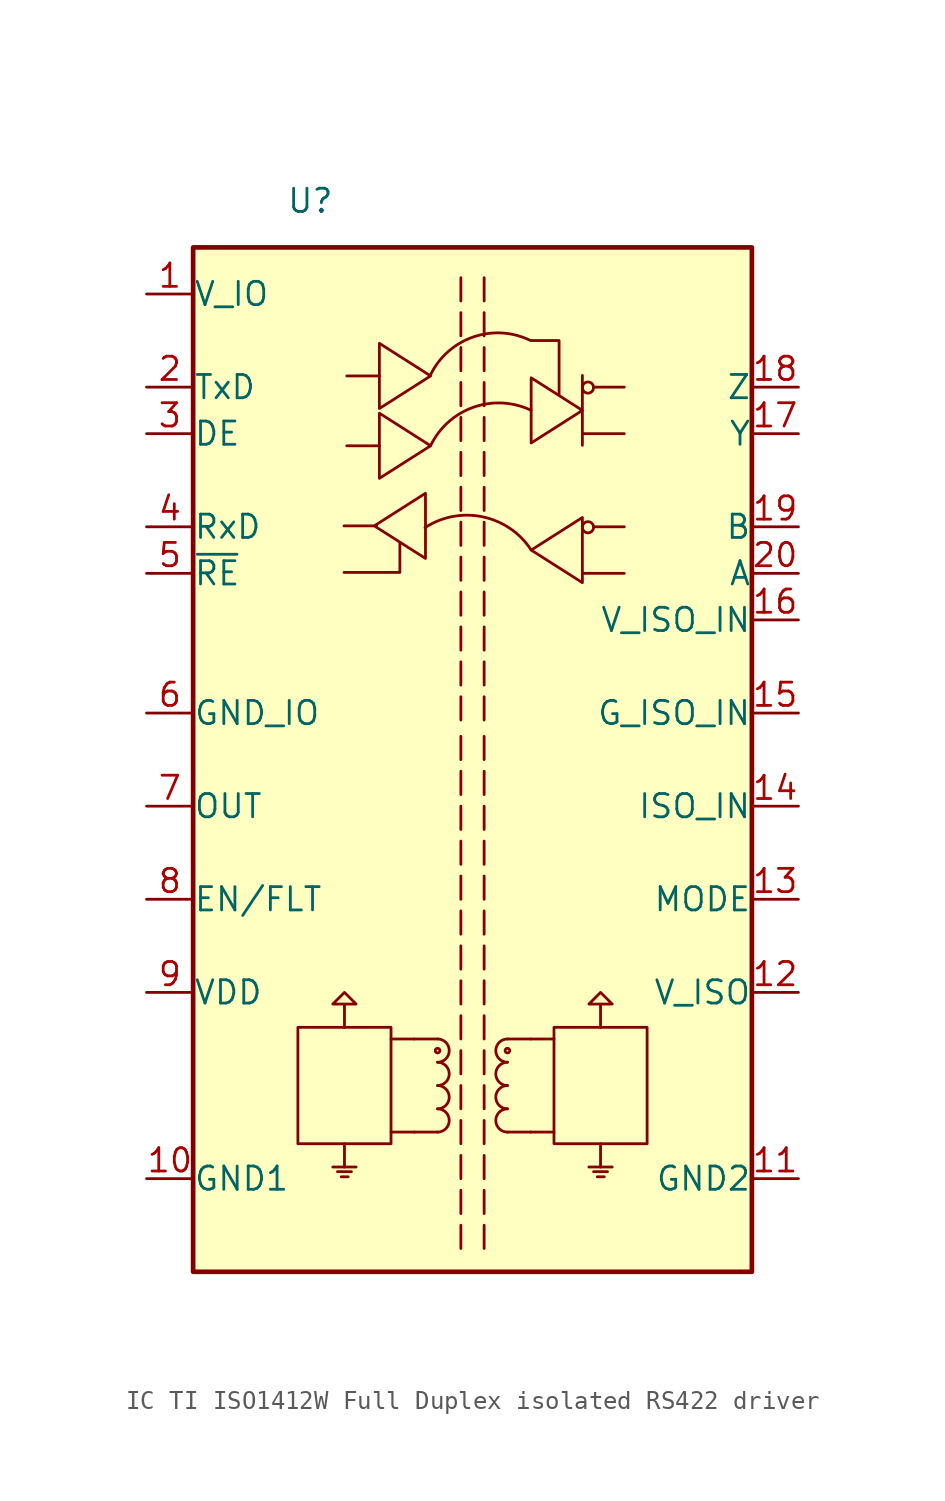
<source format=kicad_sym>
(kicad_symbol_lib
  (version 20241209)
  (generator "kicad_symbol_editor")
  (generator_version "9.0")
  (symbol "IC TI ISO1412W Full Duplex isolated RS422 driver"
    (pin_names
      (offset 0.002))
    (property "Reference" "U"
      (at -10.16 33.02 0)
      (effects (font (size 1.27 1.27)) (justify left)))
    (symbol "IC TI ISO1412W Full Duplex isolated RS422 driver_0_0"
      (polyline (pts (xy -0.635 28.829) (xy -0.635 27.559)) (stroke (width 0) (type default)) (fill (type none)))
      (polyline (pts (xy -0.635 26.924) (xy -0.635 25.654)) (stroke (width 0) (type default)) (fill (type none)))
      (polyline (pts (xy -0.635 25.019) (xy -0.635 23.749)) (stroke (width 0) (type default)) (fill (type none)))
      (polyline (pts (xy -0.635 23.114) (xy -0.635 21.844)) (stroke (width 0) (type default)) (fill (type none)))
      (polyline (pts (xy -0.635 21.209) (xy -0.635 19.939)) (stroke (width 0) (type default)) (fill (type none)))
      (polyline (pts (xy -0.635 19.304) (xy -0.635 18.034)) (stroke (width 0) (type default)) (fill (type none)))
      (polyline (pts (xy -0.635 17.399) (xy -0.635 16.129)) (stroke (width 0) (type default)) (fill (type none)))
      (polyline (pts (xy -0.635 15.494) (xy -0.635 14.224)) (stroke (width 0) (type default)) (fill (type none)))
      (polyline (pts (xy -0.635 13.589) (xy -0.635 12.319)) (stroke (width 0) (type default)) (fill (type none)))
      (polyline (pts (xy -0.635 11.684) (xy -0.635 10.414)) (stroke (width 0) (type default)) (fill (type none)))
      (polyline (pts (xy -0.635 9.779) (xy -0.635 8.509)) (stroke (width 0) (type default)) (fill (type none)))
      (polyline (pts (xy -0.635 7.874) (xy -0.635 6.604)) (stroke (width 0) (type default)) (fill (type none)))
      (polyline (pts (xy -0.635 5.969) (xy -0.635 4.699)) (stroke (width 0) (type default)) (fill (type none)))
      (polyline (pts (xy -0.635 3.81) (xy -0.635 2.54)) (stroke (width 0) (type default)) (fill (type none)))
      (polyline (pts (xy -0.635 1.905) (xy -0.635 0.635)) (stroke (width 0) (type default)) (fill (type none)))
      (polyline (pts (xy -0.635 0) (xy -0.635 -1.27)) (stroke (width 0) (type default)) (fill (type none)))
      (polyline (pts (xy -0.635 -1.905) (xy -0.635 -3.175)) (stroke (width 0) (type default)) (fill (type none)))
      (polyline (pts (xy -0.635 -3.81) (xy -0.635 -5.08)) (stroke (width 0) (type default)) (fill (type none)))
      (polyline (pts (xy -0.635 -5.715) (xy -0.635 -6.985)) (stroke (width 0) (type default)) (fill (type none)))
      (polyline (pts (xy -0.635 -7.62) (xy -0.635 -8.89)) (stroke (width 0) (type default)) (fill (type none)))
      (polyline (pts (xy -0.635 -9.525) (xy -0.635 -10.795)) (stroke (width 0) (type default)) (fill (type none)))
      (polyline (pts (xy -0.635 -11.43) (xy -0.635 -12.7)) (stroke (width 0) (type default)) (fill (type none)))
      (polyline (pts (xy -0.635 -13.335) (xy -0.635 -14.605)) (stroke (width 0) (type default)) (fill (type none)))
      (polyline (pts (xy -0.635 -15.24) (xy -0.635 -16.51)) (stroke (width 0) (type default)) (fill (type none)))
      (polyline (pts (xy -0.635 -17.145) (xy -0.635 -18.415)) (stroke (width 0) (type default)) (fill (type none)))
      (polyline (pts (xy -0.635 -19.05) (xy -0.635 -20.32)) (stroke (width 0) (type default)) (fill (type none)))
      (polyline (pts (xy -0.635 -20.955) (xy -0.635 -22.225)) (stroke (width 0) (type default)) (fill (type none)))
      (polyline (pts (xy -0.635 -22.86) (xy -0.635 -24.13)) (stroke (width 0) (type default)) (fill (type none)))
      (polyline (pts (xy 0.635 28.829) (xy 0.635 27.559)) (stroke (width 0) (type default)) (fill (type none)))
      (polyline (pts (xy 0.635 26.924) (xy 0.635 25.654)) (stroke (width 0) (type default)) (fill (type none)))
      (polyline (pts (xy 0.635 25.019) (xy 0.635 23.749)) (stroke (width 0) (type default)) (fill (type none)))
      (polyline (pts (xy 0.635 23.114) (xy 0.635 21.844)) (stroke (width 0) (type default)) (fill (type none)))
      (polyline (pts (xy 0.635 21.209) (xy 0.635 19.939)) (stroke (width 0) (type default)) (fill (type none)))
      (polyline (pts (xy 0.635 19.304) (xy 0.635 18.034)) (stroke (width 0) (type default)) (fill (type none)))
      (polyline (pts (xy 0.635 17.399) (xy 0.635 16.129)) (stroke (width 0) (type default)) (fill (type none)))
      (polyline (pts (xy 0.635 15.494) (xy 0.635 14.224)) (stroke (width 0) (type default)) (fill (type none)))
      (polyline (pts (xy 0.635 13.589) (xy 0.635 12.319)) (stroke (width 0) (type default)) (fill (type none)))
      (polyline (pts (xy 0.635 11.684) (xy 0.635 10.414)) (stroke (width 0) (type default)) (fill (type none)))
      (polyline (pts (xy 0.635 9.779) (xy 0.635 8.509)) (stroke (width 0) (type default)) (fill (type none)))
      (polyline (pts (xy 0.635 7.874) (xy 0.635 6.604)) (stroke (width 0) (type default)) (fill (type none)))
      (polyline (pts (xy 0.635 5.969) (xy 0.635 4.699)) (stroke (width 0) (type default)) (fill (type none)))
      (polyline (pts (xy 0.635 3.81) (xy 0.635 2.54)) (stroke (width 0) (type default)) (fill (type none)))
      (polyline (pts (xy 0.635 1.905) (xy 0.635 0.635)) (stroke (width 0) (type default)) (fill (type none)))
      (polyline (pts (xy 0.635 0) (xy 0.635 -1.27)) (stroke (width 0) (type default)) (fill (type none)))
      (polyline (pts (xy 0.635 -1.905) (xy 0.635 -3.175)) (stroke (width 0) (type default)) (fill (type none)))
      (polyline (pts (xy 0.635 -3.81) (xy 0.635 -5.08)) (stroke (width 0) (type default)) (fill (type none)))
      (polyline (pts (xy 0.635 -5.715) (xy 0.635 -6.985)) (stroke (width 0) (type default)) (fill (type none)))
      (polyline (pts (xy 0.635 -7.62) (xy 0.635 -8.89)) (stroke (width 0) (type default)) (fill (type none)))
      (polyline (pts (xy 0.635 -9.525) (xy 0.635 -10.795)) (stroke (width 0) (type default)) (fill (type none)))
      (polyline (pts (xy 0.635 -11.43) (xy 0.635 -12.7)) (stroke (width 0) (type default)) (fill (type none)))
      (polyline (pts (xy 0.635 -13.335) (xy 0.635 -14.605)) (stroke (width 0) (type default)) (fill (type none)))
      (polyline (pts (xy 0.635 -15.24) (xy 0.635 -16.51)) (stroke (width 0) (type default)) (fill (type none)))
      (polyline (pts (xy 0.635 -17.145) (xy 0.635 -18.415)) (stroke (width 0) (type default)) (fill (type none)))
      (polyline (pts (xy 0.635 -19.05) (xy 0.635 -20.32)) (stroke (width 0) (type default)) (fill (type none)))
      (polyline (pts (xy 0.635 -20.955) (xy 0.635 -22.225)) (stroke (width 0) (type default)) (fill (type none)))
      (polyline (pts (xy 0.635 -22.86) (xy 0.635 -24.13)) (stroke (width 0) (type default)) (fill (type none))))
    (symbol "IC TI ISO1412W Full Duplex isolated RS422 driver_0_1"
      (rectangle (start -15.24 30.48) (end 15.24 -25.4) (stroke (width 0.254) (type default)) (fill (type background)))
      (rectangle (start -9.525 -12.065) (end -4.445 -18.415) (stroke (width 0) (type default)) (fill (type none)))
      (polyline (pts (xy -7.62 -19.685) (xy -6.35 -19.685)) (stroke (width 0) (type default)) (fill (type none)))
      (polyline (pts (xy -7.366 -19.939) (xy -6.604 -19.939)) (stroke (width 0) (type default)) (fill (type none)))
      (polyline (pts (xy -7.163 -20.218) (xy -6.782 -20.218)) (stroke (width 0) (type default)) (fill (type none)))
      (polyline (pts (xy -7.01 12.751) (xy -3.962 12.751) (xy -3.962 14.376)) (stroke (width 0) (type default)) (fill (type none)))
      (polyline (pts (xy -6.985 -12.065) (xy -6.985 -10.795) (xy -6.35 -10.795) (xy -6.985 -10.16) (xy -7.62 -10.795) (xy -6.985 -10.795)) (stroke (width 0) (type default)) (fill (type none)))
      (polyline (pts (xy -6.985 -18.415) (xy -6.985 -19.685)) (stroke (width 0) (type default)) (fill (type none)))
      (polyline (pts (xy -5.359 15.291) (xy -2.565 17.069) (xy -2.565 13.513) (xy -5.359 15.291)) (stroke (width 0) (type default)) (fill (type none)))
      (polyline (pts (xy -5.232 15.291) (xy -7.01 15.291)) (stroke (width 0) (type default)) (fill (type none)))
      (polyline (pts (xy -5.08 23.47) (xy -6.858 23.47)) (stroke (width 0) (type default)) (fill (type none)))
      (polyline (pts (xy -5.08 19.66) (xy -6.858 19.66)) (stroke (width 0) (type default)) (fill (type none)))
      (polyline (pts (xy -2.286 23.47) (xy -5.08 25.248) (xy -5.08 21.692) (xy -2.286 23.47)) (stroke (width 0) (type default)) (fill (type none)))
      (polyline (pts (xy -2.286 19.66) (xy -5.08 21.438) (xy -5.08 17.882) (xy -2.286 19.66)) (stroke (width 0) (type default)) (fill (type none)))
      (arc (start -2.5897 15.1944) (mid 0.5581 15.7827) (end 3.2015 13.9752) (stroke (width 0) (type default)) (fill (type none)))
      (arc (start -2.2899 23.5318) (mid 0.0398 25.594) (end 3.1457 25.4114) (stroke (width 0) (type default)) (fill (type none)))
      (arc (start -2.2868 19.6619) (mid 0.0568 21.7627) (end 3.1996 21.5923) (stroke (width 0) (type default)) (fill (type none)))
      (polyline (pts (xy 3.2 25.4) (xy 4.724 25.4) (xy 4.724 22.479)) (stroke (width 0) (type default)) (fill (type none)))
      (polyline (pts (xy 3.2 13.97) (xy 5.994 12.192) (xy 5.994 15.748) (xy 3.2 13.97)) (stroke (width 0) (type default)) (fill (type none)))
      (rectangle (start 4.445 -12.065) (end 9.525 -18.415) (stroke (width 0) (type default)) (fill (type none)))
      (polyline (pts (xy 5.994 21.59) (xy 3.2 19.812) (xy 3.2 23.368) (xy 5.994 21.59)) (stroke (width 0) (type default)) (fill (type none)))
      (polyline (pts (xy 5.994 20.32) (xy 8.28 20.32)) (stroke (width 0) (type default)) (fill (type none)))
      (polyline (pts (xy 5.994 19.685) (xy 5.994 23.495)) (stroke (width 0) (type default)) (fill (type none)))
      (polyline (pts (xy 5.994 12.7) (xy 8.28 12.7)) (stroke (width 0) (type default)) (fill (type none)))
      (circle (center 6.299 22.835) (radius 0.305) (stroke (width 0) (type default)) (fill (type none)))
      (circle (center 6.299 15.215) (radius 0.305) (stroke (width 0) (type default)) (fill (type none)))
      (polyline (pts (xy 6.35 -19.685) (xy 7.62 -19.685)) (stroke (width 0) (type default)) (fill (type none)))
      (polyline (pts (xy 6.604 22.86) (xy 8.28 22.86)) (stroke (width 0) (type default)) (fill (type none)))
      (polyline (pts (xy 6.604 15.24) (xy 8.28 15.24)) (stroke (width 0) (type default)) (fill (type none)))
      (polyline (pts (xy 6.604 -19.939) (xy 7.366 -19.939)) (stroke (width 0) (type default)) (fill (type none)))
      (polyline (pts (xy 6.807 -20.218) (xy 7.188 -20.218)) (stroke (width 0) (type default)) (fill (type none)))
      (polyline (pts (xy 6.985 -12.065) (xy 6.985 -10.795) (xy 7.62 -10.795) (xy 6.985 -10.16) (xy 6.35 -10.795) (xy 6.985 -10.795)) (stroke (width 0) (type default)) (fill (type none)))
      (polyline (pts (xy 6.985 -18.415) (xy 6.985 -19.685)) (stroke (width 0) (type default)) (fill (type none))))
    (symbol "IC TI ISO1412W Full Duplex isolated RS422 driver_1_1"
      (polyline (pts (xy -4.445 -12.7) (xy -3.175 -12.7)) (stroke (width 0) (type default)) (fill (type none)))
      (polyline (pts (xy -4.445 -17.78) (xy -3.175 -17.78)) (stroke (width 0) (type default)) (fill (type none)))
      (polyline (pts (xy -3.175 -12.7) (xy -1.905 -12.7)) (stroke (width 0) (type default)) (fill (type none)))
      (polyline (pts (xy -3.175 -17.78) (xy -1.905 -17.78)) (stroke (width 0) (type default)) (fill (type none)))
      (arc (start -1.905 -12.7) (mid -1.2727 -13.335) (end -1.905 -13.97) (stroke (width 0) (type default)) (fill (type none)))
      (arc (start -1.905 -13.97) (mid -1.2727 -14.605) (end -1.905 -15.24) (stroke (width 0) (type default)) (fill (type none)))
      (arc (start -1.905 -15.24) (mid -1.2727 -15.875) (end -1.905 -16.51) (stroke (width 0) (type default)) (fill (type none)))
      (arc (start -1.905 -16.51) (mid -1.2727 -17.145) (end -1.905 -17.78) (stroke (width 0) (type default)) (fill (type none)))
      (circle (center -1.905 -13.335) (radius 0.127) (stroke (width 0) (type default)) (fill (type none)))
      (circle (center 1.905 -13.335) (radius 0.127) (stroke (width 0) (type default)) (fill (type none)))
      (arc (start 1.905 -13.97) (mid 1.2727 -13.335) (end 1.905 -12.7) (stroke (width 0) (type default)) (fill (type none)))
      (arc (start 1.905 -15.24) (mid 1.2727 -14.605) (end 1.905 -13.97) (stroke (width 0) (type default)) (fill (type none)))
      (arc (start 1.905 -16.51) (mid 1.2727 -15.875) (end 1.905 -15.24) (stroke (width 0) (type default)) (fill (type none)))
      (arc (start 1.905 -17.78) (mid 1.2727 -17.145) (end 1.905 -16.51) (stroke (width 0) (type default)) (fill (type none)))
      (polyline (pts (xy 3.175 -12.7) (xy 1.905 -12.7)) (stroke (width 0) (type default)) (fill (type none)))
      (polyline (pts (xy 3.175 -17.78) (xy 1.905 -17.78)) (stroke (width 0) (type default)) (fill (type none)))
      (polyline (pts (xy 4.445 -12.7) (xy 3.175 -12.7)) (stroke (width 0) (type default)) (fill (type none)))
      (polyline (pts (xy 4.445 -17.78) (xy 3.175 -17.78)) (stroke (width 0) (type default)) (fill (type none)))
      (pin power_in line (at -17.78 27.94 0) (length 2.54) (name "V_IO" (effects (font (size 1.27 1.27)))) (number "1" (effects (font (size 1.27 1.27)))))
      (pin input line (at -17.78 22.86 0) (length 2.54) (name "TxD" (effects (font (size 1.27 1.27)))) (number "2" (effects (font (size 1.27 1.27)))))
      (pin input line (at -17.78 20.32 0) (length 2.54) (name "DE" (effects (font (size 1.27 1.27)))) (number "3" (effects (font (size 1.27 1.27)))))
      (pin output line (at -17.78 15.24 0) (length 2.54) (name "RxD" (effects (font (size 1.27 1.27)))) (number "4" (effects (font (size 1.27 1.27)))))
      (pin input line (at -17.78 12.7 0) (length 2.54) (name "~{RE}" (effects (font (size 1.27 1.27)))) (number "5" (effects (font (size 1.27 1.27)))))
      (pin power_in line (at -17.78 5.08 0) (length 2.54) (name "GND_IO" (effects (font (size 1.27 1.27)))) (number "6" (effects (font (size 1.27 1.27)))))
      (pin output line (at -17.78 0 0) (length 2.54) (name "OUT" (effects (font (size 1.27 1.27)))) (number "7" (effects (font (size 1.27 1.27)))))
      (pin bidirectional line (at -17.78 -5.08 0) (length 2.54) (name "EN/FLT" (effects (font (size 1.27 1.27)))) (number "8" (effects (font (size 1.27 1.27)))))
      (pin power_in line (at -17.78 -10.16 0) (length 2.54) (name "VDD" (effects (font (size 1.27 1.27)))) (number "9" (effects (font (size 1.27 1.27)))))
      (pin power_in line (at -17.78 -20.32 0) (length 2.54) (name "GND1" (effects (font (size 1.27 1.27)))) (number "10" (effects (font (size 1.27 1.27)))))
      (pin input line (at 17.78 22.86 180) (length 2.54) (name "Z" (effects (font (size 1.27 1.27)))) (number "18" (effects (font (size 1.27 1.27)))))
      (pin input line (at 17.78 20.32 180) (length 2.54) (name "Y" (effects (font (size 1.27 1.27)))) (number "17" (effects (font (size 1.27 1.27)))))
      (pin output line (at 17.78 15.24 180) (length 2.54) (name "B" (effects (font (size 1.27 1.27)))) (number "19" (effects (font (size 1.27 1.27)))))
      (pin output line (at 17.78 12.7 180) (length 2.54) (name "A" (effects (font (size 1.27 1.27)))) (number "20" (effects (font (size 1.27 1.27)))))
      (pin power_in line (at 17.78 10.16 180) (length 2.54) (name "V_ISO_IN" (effects (font (size 1.27 1.27)))) (number "16" (effects (font (size 1.27 1.27)))))
      (pin power_in line (at 17.78 5.08 180) (length 2.54) (name "G_ISO_IN" (effects (font (size 1.27 1.27)))) (number "15" (effects (font (size 1.27 1.27)))))
      (pin input line (at 17.78 0 180) (length 2.54) (name "ISO_IN" (effects (font (size 1.27 1.27)))) (number "14" (effects (font (size 1.27 1.27)))))
      (pin input line (at 17.78 -5.08 180) (length 2.54) (name "MODE" (effects (font (size 1.27 1.27)))) (number "13" (effects (font (size 1.27 1.27)))))
      (pin power_out line (at 17.78 -10.16 180) (length 2.54) (name "V_ISO" (effects (font (size 1.27 1.27)))) (number "12" (effects (font (size 1.27 1.27)))))
      (pin power_out line (at 17.78 -20.32 180) (length 2.54) (name "GND2" (effects (font (size 1.27 1.27)))) (number "11" (effects (font (size 1.27 1.27))))))))
</source>
